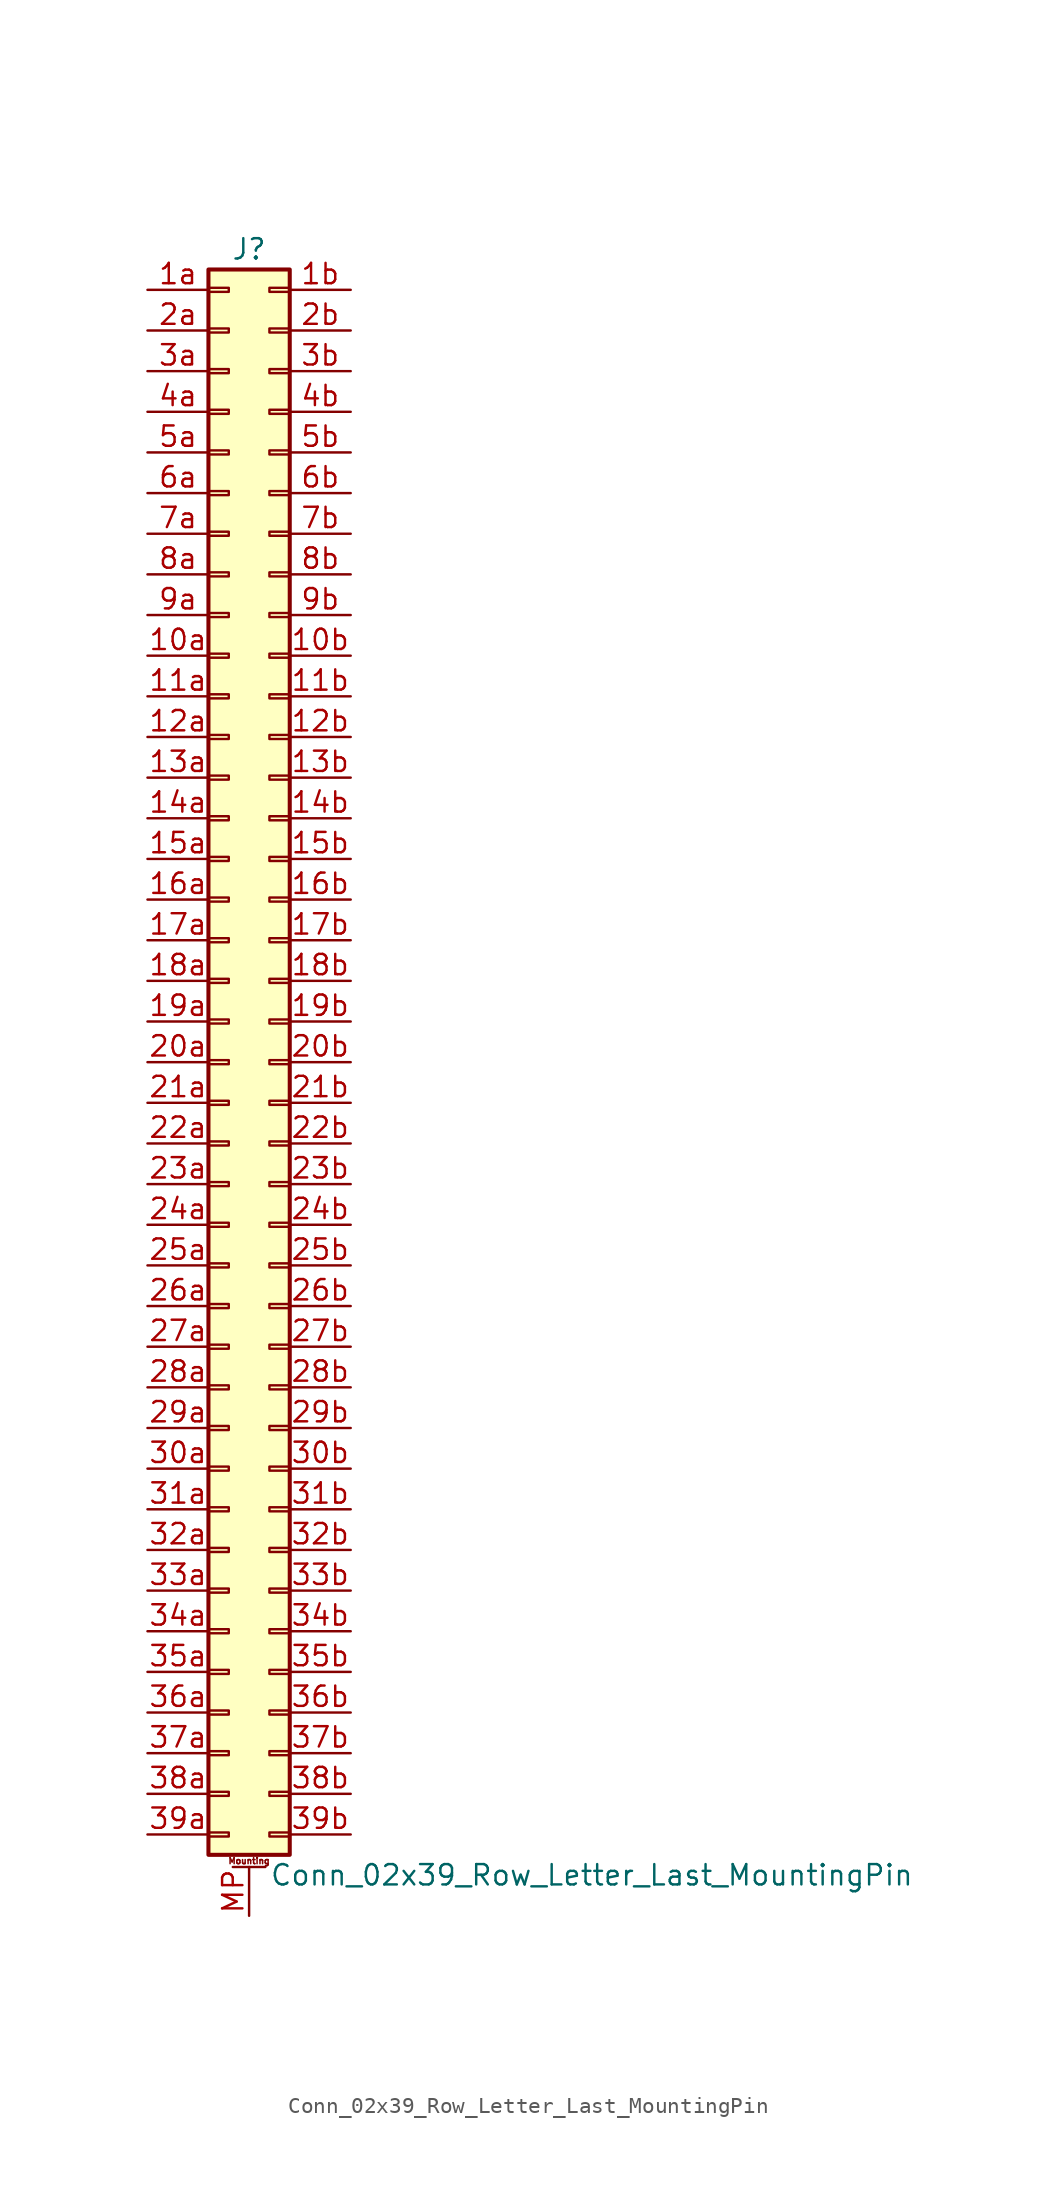
<source format=kicad_sym>
(kicad_symbol_lib
  (version 20211014)
  (generator kicad_symbol_editor)
  (symbol "Conn_02x39_Row_Letter_Last_MountingPin"
    (pin_names
      (offset 1.016) hide)
    (property "Reference" "J"
      (at 1.27 50.8 0)
      (effects (font (size 1.27 1.27))))
    (property "Value" "Conn_02x39_Row_Letter_Last_MountingPin"
      (at 2.54 -50.8 0)
      (effects (font (size 1.27 1.27)) (justify left)))
    (symbol "Conn_02x39_Row_Letter_Last_MountingPin_1_1"
      (rectangle (start -1.27 -48.133) (end 0 -48.387) (stroke (width 0.152) (type default) (color 0 0 0 0)) (fill (type none)))
      (rectangle (start -1.27 -45.593) (end 0 -45.847) (stroke (width 0.152) (type default) (color 0 0 0 0)) (fill (type none)))
      (rectangle (start -1.27 -43.053) (end 0 -43.307) (stroke (width 0.152) (type default) (color 0 0 0 0)) (fill (type none)))
      (rectangle (start -1.27 -40.513) (end 0 -40.767) (stroke (width 0.152) (type default) (color 0 0 0 0)) (fill (type none)))
      (rectangle (start -1.27 -37.973) (end 0 -38.227) (stroke (width 0.152) (type default) (color 0 0 0 0)) (fill (type none)))
      (rectangle (start -1.27 -35.433) (end 0 -35.687) (stroke (width 0.152) (type default) (color 0 0 0 0)) (fill (type none)))
      (rectangle (start -1.27 -32.893) (end 0 -33.147) (stroke (width 0.152) (type default) (color 0 0 0 0)) (fill (type none)))
      (rectangle (start -1.27 -30.353) (end 0 -30.607) (stroke (width 0.152) (type default) (color 0 0 0 0)) (fill (type none)))
      (rectangle (start -1.27 -27.813) (end 0 -28.067) (stroke (width 0.152) (type default) (color 0 0 0 0)) (fill (type none)))
      (rectangle (start -1.27 -25.273) (end 0 -25.527) (stroke (width 0.152) (type default) (color 0 0 0 0)) (fill (type none)))
      (rectangle (start -1.27 -22.733) (end 0 -22.987) (stroke (width 0.152) (type default) (color 0 0 0 0)) (fill (type none)))
      (rectangle (start -1.27 -20.193) (end 0 -20.447) (stroke (width 0.152) (type default) (color 0 0 0 0)) (fill (type none)))
      (rectangle (start -1.27 -17.653) (end 0 -17.907) (stroke (width 0.152) (type default) (color 0 0 0 0)) (fill (type none)))
      (rectangle (start -1.27 -15.113) (end 0 -15.367) (stroke (width 0.152) (type default) (color 0 0 0 0)) (fill (type none)))
      (rectangle (start -1.27 -12.573) (end 0 -12.827) (stroke (width 0.152) (type default) (color 0 0 0 0)) (fill (type none)))
      (rectangle (start -1.27 -10.033) (end 0 -10.287) (stroke (width 0.152) (type default) (color 0 0 0 0)) (fill (type none)))
      (rectangle (start -1.27 -7.493) (end 0 -7.747) (stroke (width 0.152) (type default) (color 0 0 0 0)) (fill (type none)))
      (rectangle (start -1.27 -4.953) (end 0 -5.207) (stroke (width 0.152) (type default) (color 0 0 0 0)) (fill (type none)))
      (rectangle (start -1.27 -2.413) (end 0 -2.667) (stroke (width 0.152) (type default) (color 0 0 0 0)) (fill (type none)))
      (rectangle (start -1.27 0.127) (end 0 -0.127) (stroke (width 0.152) (type default) (color 0 0 0 0)) (fill (type none)))
      (rectangle (start -1.27 2.667) (end 0 2.413) (stroke (width 0.152) (type default) (color 0 0 0 0)) (fill (type none)))
      (rectangle (start -1.27 5.207) (end 0 4.953) (stroke (width 0.152) (type default) (color 0 0 0 0)) (fill (type none)))
      (rectangle (start -1.27 7.747) (end 0 7.493) (stroke (width 0.152) (type default) (color 0 0 0 0)) (fill (type none)))
      (rectangle (start -1.27 10.287) (end 0 10.033) (stroke (width 0.152) (type default) (color 0 0 0 0)) (fill (type none)))
      (rectangle (start -1.27 12.827) (end 0 12.573) (stroke (width 0.152) (type default) (color 0 0 0 0)) (fill (type none)))
      (rectangle (start -1.27 15.367) (end 0 15.113) (stroke (width 0.152) (type default) (color 0 0 0 0)) (fill (type none)))
      (rectangle (start -1.27 17.907) (end 0 17.653) (stroke (width 0.152) (type default) (color 0 0 0 0)) (fill (type none)))
      (rectangle (start -1.27 20.447) (end 0 20.193) (stroke (width 0.152) (type default) (color 0 0 0 0)) (fill (type none)))
      (rectangle (start -1.27 22.987) (end 0 22.733) (stroke (width 0.152) (type default) (color 0 0 0 0)) (fill (type none)))
      (rectangle (start -1.27 25.527) (end 0 25.273) (stroke (width 0.152) (type default) (color 0 0 0 0)) (fill (type none)))
      (rectangle (start -1.27 28.067) (end 0 27.813) (stroke (width 0.152) (type default) (color 0 0 0 0)) (fill (type none)))
      (rectangle (start -1.27 30.607) (end 0 30.353) (stroke (width 0.152) (type default) (color 0 0 0 0)) (fill (type none)))
      (rectangle (start -1.27 33.147) (end 0 32.893) (stroke (width 0.152) (type default) (color 0 0 0 0)) (fill (type none)))
      (rectangle (start -1.27 35.687) (end 0 35.433) (stroke (width 0.152) (type default) (color 0 0 0 0)) (fill (type none)))
      (rectangle (start -1.27 38.227) (end 0 37.973) (stroke (width 0.152) (type default) (color 0 0 0 0)) (fill (type none)))
      (rectangle (start -1.27 40.767) (end 0 40.513) (stroke (width 0.152) (type default) (color 0 0 0 0)) (fill (type none)))
      (rectangle (start -1.27 43.307) (end 0 43.053) (stroke (width 0.152) (type default) (color 0 0 0 0)) (fill (type none)))
      (rectangle (start -1.27 45.847) (end 0 45.593) (stroke (width 0.152) (type default) (color 0 0 0 0)) (fill (type none)))
      (rectangle (start -1.27 48.387) (end 0 48.133) (stroke (width 0.152) (type default) (color 0 0 0 0)) (fill (type none)))
      (rectangle (start -1.27 49.53) (end 3.81 -49.53) (stroke (width 0.254) (type default) (color 0 0 0 0)) (fill (type background)))
      (polyline (pts (xy 0.254 -50.292) (xy 2.286 -50.292)) (stroke (width 0.152) (type default) (color 0 0 0 0)) (fill (type none)))
      (rectangle (start 3.81 -48.133) (end 2.54 -48.387) (stroke (width 0.152) (type default) (color 0 0 0 0)) (fill (type none)))
      (rectangle (start 3.81 -45.593) (end 2.54 -45.847) (stroke (width 0.152) (type default) (color 0 0 0 0)) (fill (type none)))
      (rectangle (start 3.81 -43.053) (end 2.54 -43.307) (stroke (width 0.152) (type default) (color 0 0 0 0)) (fill (type none)))
      (rectangle (start 3.81 -40.513) (end 2.54 -40.767) (stroke (width 0.152) (type default) (color 0 0 0 0)) (fill (type none)))
      (rectangle (start 3.81 -37.973) (end 2.54 -38.227) (stroke (width 0.152) (type default) (color 0 0 0 0)) (fill (type none)))
      (rectangle (start 3.81 -35.433) (end 2.54 -35.687) (stroke (width 0.152) (type default) (color 0 0 0 0)) (fill (type none)))
      (rectangle (start 3.81 -32.893) (end 2.54 -33.147) (stroke (width 0.152) (type default) (color 0 0 0 0)) (fill (type none)))
      (rectangle (start 3.81 -30.353) (end 2.54 -30.607) (stroke (width 0.152) (type default) (color 0 0 0 0)) (fill (type none)))
      (rectangle (start 3.81 -27.813) (end 2.54 -28.067) (stroke (width 0.152) (type default) (color 0 0 0 0)) (fill (type none)))
      (rectangle (start 3.81 -25.273) (end 2.54 -25.527) (stroke (width 0.152) (type default) (color 0 0 0 0)) (fill (type none)))
      (rectangle (start 3.81 -22.733) (end 2.54 -22.987) (stroke (width 0.152) (type default) (color 0 0 0 0)) (fill (type none)))
      (rectangle (start 3.81 -20.193) (end 2.54 -20.447) (stroke (width 0.152) (type default) (color 0 0 0 0)) (fill (type none)))
      (rectangle (start 3.81 -17.653) (end 2.54 -17.907) (stroke (width 0.152) (type default) (color 0 0 0 0)) (fill (type none)))
      (rectangle (start 3.81 -15.113) (end 2.54 -15.367) (stroke (width 0.152) (type default) (color 0 0 0 0)) (fill (type none)))
      (rectangle (start 3.81 -12.573) (end 2.54 -12.827) (stroke (width 0.152) (type default) (color 0 0 0 0)) (fill (type none)))
      (rectangle (start 3.81 -10.033) (end 2.54 -10.287) (stroke (width 0.152) (type default) (color 0 0 0 0)) (fill (type none)))
      (rectangle (start 3.81 -7.493) (end 2.54 -7.747) (stroke (width 0.152) (type default) (color 0 0 0 0)) (fill (type none)))
      (rectangle (start 3.81 -4.953) (end 2.54 -5.207) (stroke (width 0.152) (type default) (color 0 0 0 0)) (fill (type none)))
      (rectangle (start 3.81 -2.413) (end 2.54 -2.667) (stroke (width 0.152) (type default) (color 0 0 0 0)) (fill (type none)))
      (rectangle (start 3.81 0.127) (end 2.54 -0.127) (stroke (width 0.152) (type default) (color 0 0 0 0)) (fill (type none)))
      (rectangle (start 3.81 2.667) (end 2.54 2.413) (stroke (width 0.152) (type default) (color 0 0 0 0)) (fill (type none)))
      (rectangle (start 3.81 5.207) (end 2.54 4.953) (stroke (width 0.152) (type default) (color 0 0 0 0)) (fill (type none)))
      (rectangle (start 3.81 7.747) (end 2.54 7.493) (stroke (width 0.152) (type default) (color 0 0 0 0)) (fill (type none)))
      (rectangle (start 3.81 10.287) (end 2.54 10.033) (stroke (width 0.152) (type default) (color 0 0 0 0)) (fill (type none)))
      (rectangle (start 3.81 12.827) (end 2.54 12.573) (stroke (width 0.152) (type default) (color 0 0 0 0)) (fill (type none)))
      (rectangle (start 3.81 15.367) (end 2.54 15.113) (stroke (width 0.152) (type default) (color 0 0 0 0)) (fill (type none)))
      (rectangle (start 3.81 17.907) (end 2.54 17.653) (stroke (width 0.152) (type default) (color 0 0 0 0)) (fill (type none)))
      (rectangle (start 3.81 20.447) (end 2.54 20.193) (stroke (width 0.152) (type default) (color 0 0 0 0)) (fill (type none)))
      (rectangle (start 3.81 22.987) (end 2.54 22.733) (stroke (width 0.152) (type default) (color 0 0 0 0)) (fill (type none)))
      (rectangle (start 3.81 25.527) (end 2.54 25.273) (stroke (width 0.152) (type default) (color 0 0 0 0)) (fill (type none)))
      (rectangle (start 3.81 28.067) (end 2.54 27.813) (stroke (width 0.152) (type default) (color 0 0 0 0)) (fill (type none)))
      (rectangle (start 3.81 30.607) (end 2.54 30.353) (stroke (width 0.152) (type default) (color 0 0 0 0)) (fill (type none)))
      (rectangle (start 3.81 33.147) (end 2.54 32.893) (stroke (width 0.152) (type default) (color 0 0 0 0)) (fill (type none)))
      (rectangle (start 3.81 35.687) (end 2.54 35.433) (stroke (width 0.152) (type default) (color 0 0 0 0)) (fill (type none)))
      (rectangle (start 3.81 38.227) (end 2.54 37.973) (stroke (width 0.152) (type default) (color 0 0 0 0)) (fill (type none)))
      (rectangle (start 3.81 40.767) (end 2.54 40.513) (stroke (width 0.152) (type default) (color 0 0 0 0)) (fill (type none)))
      (rectangle (start 3.81 43.307) (end 2.54 43.053) (stroke (width 0.152) (type default) (color 0 0 0 0)) (fill (type none)))
      (rectangle (start 3.81 45.847) (end 2.54 45.593) (stroke (width 0.152) (type default) (color 0 0 0 0)) (fill (type none)))
      (rectangle (start 3.81 48.387) (end 2.54 48.133) (stroke (width 0.152) (type default) (color 0 0 0 0)) (fill (type none)))
      (text "Mounting" (at 1.27 -49.911 0) (effects (font (size 0.381 0.381))))
      (pin passive line (at -5.08 25.4 0) (length 3.81) (name "Pin_10a" (effects (font (size 1.27 1.27)))) (number "10a" (effects (font (size 1.27 1.27)))))
      (pin passive line (at 7.62 25.4 180) (length 3.81) (name "Pin_10b" (effects (font (size 1.27 1.27)))) (number "10b" (effects (font (size 1.27 1.27)))))
      (pin passive line (at -5.08 22.86 0) (length 3.81) (name "Pin_11a" (effects (font (size 1.27 1.27)))) (number "11a" (effects (font (size 1.27 1.27)))))
      (pin passive line (at 7.62 22.86 180) (length 3.81) (name "Pin_11b" (effects (font (size 1.27 1.27)))) (number "11b" (effects (font (size 1.27 1.27)))))
      (pin passive line (at -5.08 20.32 0) (length 3.81) (name "Pin_12a" (effects (font (size 1.27 1.27)))) (number "12a" (effects (font (size 1.27 1.27)))))
      (pin passive line (at 7.62 20.32 180) (length 3.81) (name "Pin_12b" (effects (font (size 1.27 1.27)))) (number "12b" (effects (font (size 1.27 1.27)))))
      (pin passive line (at -5.08 17.78 0) (length 3.81) (name "Pin_13a" (effects (font (size 1.27 1.27)))) (number "13a" (effects (font (size 1.27 1.27)))))
      (pin passive line (at 7.62 17.78 180) (length 3.81) (name "Pin_13b" (effects (font (size 1.27 1.27)))) (number "13b" (effects (font (size 1.27 1.27)))))
      (pin passive line (at -5.08 15.24 0) (length 3.81) (name "Pin_14a" (effects (font (size 1.27 1.27)))) (number "14a" (effects (font (size 1.27 1.27)))))
      (pin passive line (at 7.62 15.24 180) (length 3.81) (name "Pin_14b" (effects (font (size 1.27 1.27)))) (number "14b" (effects (font (size 1.27 1.27)))))
      (pin passive line (at -5.08 12.7 0) (length 3.81) (name "Pin_15a" (effects (font (size 1.27 1.27)))) (number "15a" (effects (font (size 1.27 1.27)))))
      (pin passive line (at 7.62 12.7 180) (length 3.81) (name "Pin_15b" (effects (font (size 1.27 1.27)))) (number "15b" (effects (font (size 1.27 1.27)))))
      (pin passive line (at -5.08 10.16 0) (length 3.81) (name "Pin_16a" (effects (font (size 1.27 1.27)))) (number "16a" (effects (font (size 1.27 1.27)))))
      (pin passive line (at 7.62 10.16 180) (length 3.81) (name "Pin_16b" (effects (font (size 1.27 1.27)))) (number "16b" (effects (font (size 1.27 1.27)))))
      (pin passive line (at -5.08 7.62 0) (length 3.81) (name "Pin_17a" (effects (font (size 1.27 1.27)))) (number "17a" (effects (font (size 1.27 1.27)))))
      (pin passive line (at 7.62 7.62 180) (length 3.81) (name "Pin_17b" (effects (font (size 1.27 1.27)))) (number "17b" (effects (font (size 1.27 1.27)))))
      (pin passive line (at -5.08 5.08 0) (length 3.81) (name "Pin_18a" (effects (font (size 1.27 1.27)))) (number "18a" (effects (font (size 1.27 1.27)))))
      (pin passive line (at 7.62 5.08 180) (length 3.81) (name "Pin_18b" (effects (font (size 1.27 1.27)))) (number "18b" (effects (font (size 1.27 1.27)))))
      (pin passive line (at -5.08 2.54 0) (length 3.81) (name "Pin_19a" (effects (font (size 1.27 1.27)))) (number "19a" (effects (font (size 1.27 1.27)))))
      (pin passive line (at 7.62 2.54 180) (length 3.81) (name "Pin_19b" (effects (font (size 1.27 1.27)))) (number "19b" (effects (font (size 1.27 1.27)))))
      (pin passive line (at -5.08 48.26 0) (length 3.81) (name "Pin_1a" (effects (font (size 1.27 1.27)))) (number "1a" (effects (font (size 1.27 1.27)))))
      (pin passive line (at 7.62 48.26 180) (length 3.81) (name "Pin_1b" (effects (font (size 1.27 1.27)))) (number "1b" (effects (font (size 1.27 1.27)))))
      (pin passive line (at -5.08 0 0) (length 3.81) (name "Pin_20a" (effects (font (size 1.27 1.27)))) (number "20a" (effects (font (size 1.27 1.27)))))
      (pin passive line (at 7.62 0 180) (length 3.81) (name "Pin_20b" (effects (font (size 1.27 1.27)))) (number "20b" (effects (font (size 1.27 1.27)))))
      (pin passive line (at -5.08 -2.54 0) (length 3.81) (name "Pin_21a" (effects (font (size 1.27 1.27)))) (number "21a" (effects (font (size 1.27 1.27)))))
      (pin passive line (at 7.62 -2.54 180) (length 3.81) (name "Pin_21b" (effects (font (size 1.27 1.27)))) (number "21b" (effects (font (size 1.27 1.27)))))
      (pin passive line (at -5.08 -5.08 0) (length 3.81) (name "Pin_22a" (effects (font (size 1.27 1.27)))) (number "22a" (effects (font (size 1.27 1.27)))))
      (pin passive line (at 7.62 -5.08 180) (length 3.81) (name "Pin_22b" (effects (font (size 1.27 1.27)))) (number "22b" (effects (font (size 1.27 1.27)))))
      (pin passive line (at -5.08 -7.62 0) (length 3.81) (name "Pin_23a" (effects (font (size 1.27 1.27)))) (number "23a" (effects (font (size 1.27 1.27)))))
      (pin passive line (at 7.62 -7.62 180) (length 3.81) (name "Pin_23b" (effects (font (size 1.27 1.27)))) (number "23b" (effects (font (size 1.27 1.27)))))
      (pin passive line (at -5.08 -10.16 0) (length 3.81) (name "Pin_24a" (effects (font (size 1.27 1.27)))) (number "24a" (effects (font (size 1.27 1.27)))))
      (pin passive line (at 7.62 -10.16 180) (length 3.81) (name "Pin_24b" (effects (font (size 1.27 1.27)))) (number "24b" (effects (font (size 1.27 1.27)))))
      (pin passive line (at -5.08 -12.7 0) (length 3.81) (name "Pin_25a" (effects (font (size 1.27 1.27)))) (number "25a" (effects (font (size 1.27 1.27)))))
      (pin passive line (at 7.62 -12.7 180) (length 3.81) (name "Pin_25b" (effects (font (size 1.27 1.27)))) (number "25b" (effects (font (size 1.27 1.27)))))
      (pin passive line (at -5.08 -15.24 0) (length 3.81) (name "Pin_26a" (effects (font (size 1.27 1.27)))) (number "26a" (effects (font (size 1.27 1.27)))))
      (pin passive line (at 7.62 -15.24 180) (length 3.81) (name "Pin_26b" (effects (font (size 1.27 1.27)))) (number "26b" (effects (font (size 1.27 1.27)))))
      (pin passive line (at -5.08 -17.78 0) (length 3.81) (name "Pin_27a" (effects (font (size 1.27 1.27)))) (number "27a" (effects (font (size 1.27 1.27)))))
      (pin passive line (at 7.62 -17.78 180) (length 3.81) (name "Pin_27b" (effects (font (size 1.27 1.27)))) (number "27b" (effects (font (size 1.27 1.27)))))
      (pin passive line (at -5.08 -20.32 0) (length 3.81) (name "Pin_28a" (effects (font (size 1.27 1.27)))) (number "28a" (effects (font (size 1.27 1.27)))))
      (pin passive line (at 7.62 -20.32 180) (length 3.81) (name "Pin_28b" (effects (font (size 1.27 1.27)))) (number "28b" (effects (font (size 1.27 1.27)))))
      (pin passive line (at -5.08 -22.86 0) (length 3.81) (name "Pin_29a" (effects (font (size 1.27 1.27)))) (number "29a" (effects (font (size 1.27 1.27)))))
      (pin passive line (at 7.62 -22.86 180) (length 3.81) (name "Pin_29b" (effects (font (size 1.27 1.27)))) (number "29b" (effects (font (size 1.27 1.27)))))
      (pin passive line (at -5.08 45.72 0) (length 3.81) (name "Pin_2a" (effects (font (size 1.27 1.27)))) (number "2a" (effects (font (size 1.27 1.27)))))
      (pin passive line (at 7.62 45.72 180) (length 3.81) (name "Pin_2b" (effects (font (size 1.27 1.27)))) (number "2b" (effects (font (size 1.27 1.27)))))
      (pin passive line (at -5.08 -25.4 0) (length 3.81) (name "Pin_30a" (effects (font (size 1.27 1.27)))) (number "30a" (effects (font (size 1.27 1.27)))))
      (pin passive line (at 7.62 -25.4 180) (length 3.81) (name "Pin_30b" (effects (font (size 1.27 1.27)))) (number "30b" (effects (font (size 1.27 1.27)))))
      (pin passive line (at -5.08 -27.94 0) (length 3.81) (name "Pin_31a" (effects (font (size 1.27 1.27)))) (number "31a" (effects (font (size 1.27 1.27)))))
      (pin passive line (at 7.62 -27.94 180) (length 3.81) (name "Pin_31b" (effects (font (size 1.27 1.27)))) (number "31b" (effects (font (size 1.27 1.27)))))
      (pin passive line (at -5.08 -30.48 0) (length 3.81) (name "Pin_32a" (effects (font (size 1.27 1.27)))) (number "32a" (effects (font (size 1.27 1.27)))))
      (pin passive line (at 7.62 -30.48 180) (length 3.81) (name "Pin_32b" (effects (font (size 1.27 1.27)))) (number "32b" (effects (font (size 1.27 1.27)))))
      (pin passive line (at -5.08 -33.02 0) (length 3.81) (name "Pin_33a" (effects (font (size 1.27 1.27)))) (number "33a" (effects (font (size 1.27 1.27)))))
      (pin passive line (at 7.62 -33.02 180) (length 3.81) (name "Pin_33b" (effects (font (size 1.27 1.27)))) (number "33b" (effects (font (size 1.27 1.27)))))
      (pin passive line (at -5.08 -35.56 0) (length 3.81) (name "Pin_34a" (effects (font (size 1.27 1.27)))) (number "34a" (effects (font (size 1.27 1.27)))))
      (pin passive line (at 7.62 -35.56 180) (length 3.81) (name "Pin_34b" (effects (font (size 1.27 1.27)))) (number "34b" (effects (font (size 1.27 1.27)))))
      (pin passive line (at -5.08 -38.1 0) (length 3.81) (name "Pin_35a" (effects (font (size 1.27 1.27)))) (number "35a" (effects (font (size 1.27 1.27)))))
      (pin passive line (at 7.62 -38.1 180) (length 3.81) (name "Pin_35b" (effects (font (size 1.27 1.27)))) (number "35b" (effects (font (size 1.27 1.27)))))
      (pin passive line (at -5.08 -40.64 0) (length 3.81) (name "Pin_36a" (effects (font (size 1.27 1.27)))) (number "36a" (effects (font (size 1.27 1.27)))))
      (pin passive line (at 7.62 -40.64 180) (length 3.81) (name "Pin_36b" (effects (font (size 1.27 1.27)))) (number "36b" (effects (font (size 1.27 1.27)))))
      (pin passive line (at -5.08 -43.18 0) (length 3.81) (name "Pin_37a" (effects (font (size 1.27 1.27)))) (number "37a" (effects (font (size 1.27 1.27)))))
      (pin passive line (at 7.62 -43.18 180) (length 3.81) (name "Pin_37b" (effects (font (size 1.27 1.27)))) (number "37b" (effects (font (size 1.27 1.27)))))
      (pin passive line (at -5.08 -45.72 0) (length 3.81) (name "Pin_38a" (effects (font (size 1.27 1.27)))) (number "38a" (effects (font (size 1.27 1.27)))))
      (pin passive line (at 7.62 -45.72 180) (length 3.81) (name "Pin_38b" (effects (font (size 1.27 1.27)))) (number "38b" (effects (font (size 1.27 1.27)))))
      (pin passive line (at -5.08 -48.26 0) (length 3.81) (name "Pin_39a" (effects (font (size 1.27 1.27)))) (number "39a" (effects (font (size 1.27 1.27)))))
      (pin passive line (at 7.62 -48.26 180) (length 3.81) (name "Pin_39b" (effects (font (size 1.27 1.27)))) (number "39b" (effects (font (size 1.27 1.27)))))
      (pin passive line (at -5.08 43.18 0) (length 3.81) (name "Pin_3a" (effects (font (size 1.27 1.27)))) (number "3a" (effects (font (size 1.27 1.27)))))
      (pin passive line (at 7.62 43.18 180) (length 3.81) (name "Pin_3b" (effects (font (size 1.27 1.27)))) (number "3b" (effects (font (size 1.27 1.27)))))
      (pin passive line (at -5.08 40.64 0) (length 3.81) (name "Pin_4a" (effects (font (size 1.27 1.27)))) (number "4a" (effects (font (size 1.27 1.27)))))
      (pin passive line (at 7.62 40.64 180) (length 3.81) (name "Pin_4b" (effects (font (size 1.27 1.27)))) (number "4b" (effects (font (size 1.27 1.27)))))
      (pin passive line (at -5.08 38.1 0) (length 3.81) (name "Pin_5a" (effects (font (size 1.27 1.27)))) (number "5a" (effects (font (size 1.27 1.27)))))
      (pin passive line (at 7.62 38.1 180) (length 3.81) (name "Pin_5b" (effects (font (size 1.27 1.27)))) (number "5b" (effects (font (size 1.27 1.27)))))
      (pin passive line (at -5.08 35.56 0) (length 3.81) (name "Pin_6a" (effects (font (size 1.27 1.27)))) (number "6a" (effects (font (size 1.27 1.27)))))
      (pin passive line (at 7.62 35.56 180) (length 3.81) (name "Pin_6b" (effects (font (size 1.27 1.27)))) (number "6b" (effects (font (size 1.27 1.27)))))
      (pin passive line (at -5.08 33.02 0) (length 3.81) (name "Pin_7a" (effects (font (size 1.27 1.27)))) (number "7a" (effects (font (size 1.27 1.27)))))
      (pin passive line (at 7.62 33.02 180) (length 3.81) (name "Pin_7b" (effects (font (size 1.27 1.27)))) (number "7b" (effects (font (size 1.27 1.27)))))
      (pin passive line (at -5.08 30.48 0) (length 3.81) (name "Pin_8a" (effects (font (size 1.27 1.27)))) (number "8a" (effects (font (size 1.27 1.27)))))
      (pin passive line (at 7.62 30.48 180) (length 3.81) (name "Pin_8b" (effects (font (size 1.27 1.27)))) (number "8b" (effects (font (size 1.27 1.27)))))
      (pin passive line (at -5.08 27.94 0) (length 3.81) (name "Pin_9a" (effects (font (size 1.27 1.27)))) (number "9a" (effects (font (size 1.27 1.27)))))
      (pin passive line (at 7.62 27.94 180) (length 3.81) (name "Pin_9b" (effects (font (size 1.27 1.27)))) (number "9b" (effects (font (size 1.27 1.27)))))
      (pin passive line (at 1.27 -53.34 90) (length 3.048) (name "MountPin" (effects (font (size 1.27 1.27)))) (number "MP" (effects (font (size 1.27 1.27))))))))
</source>
